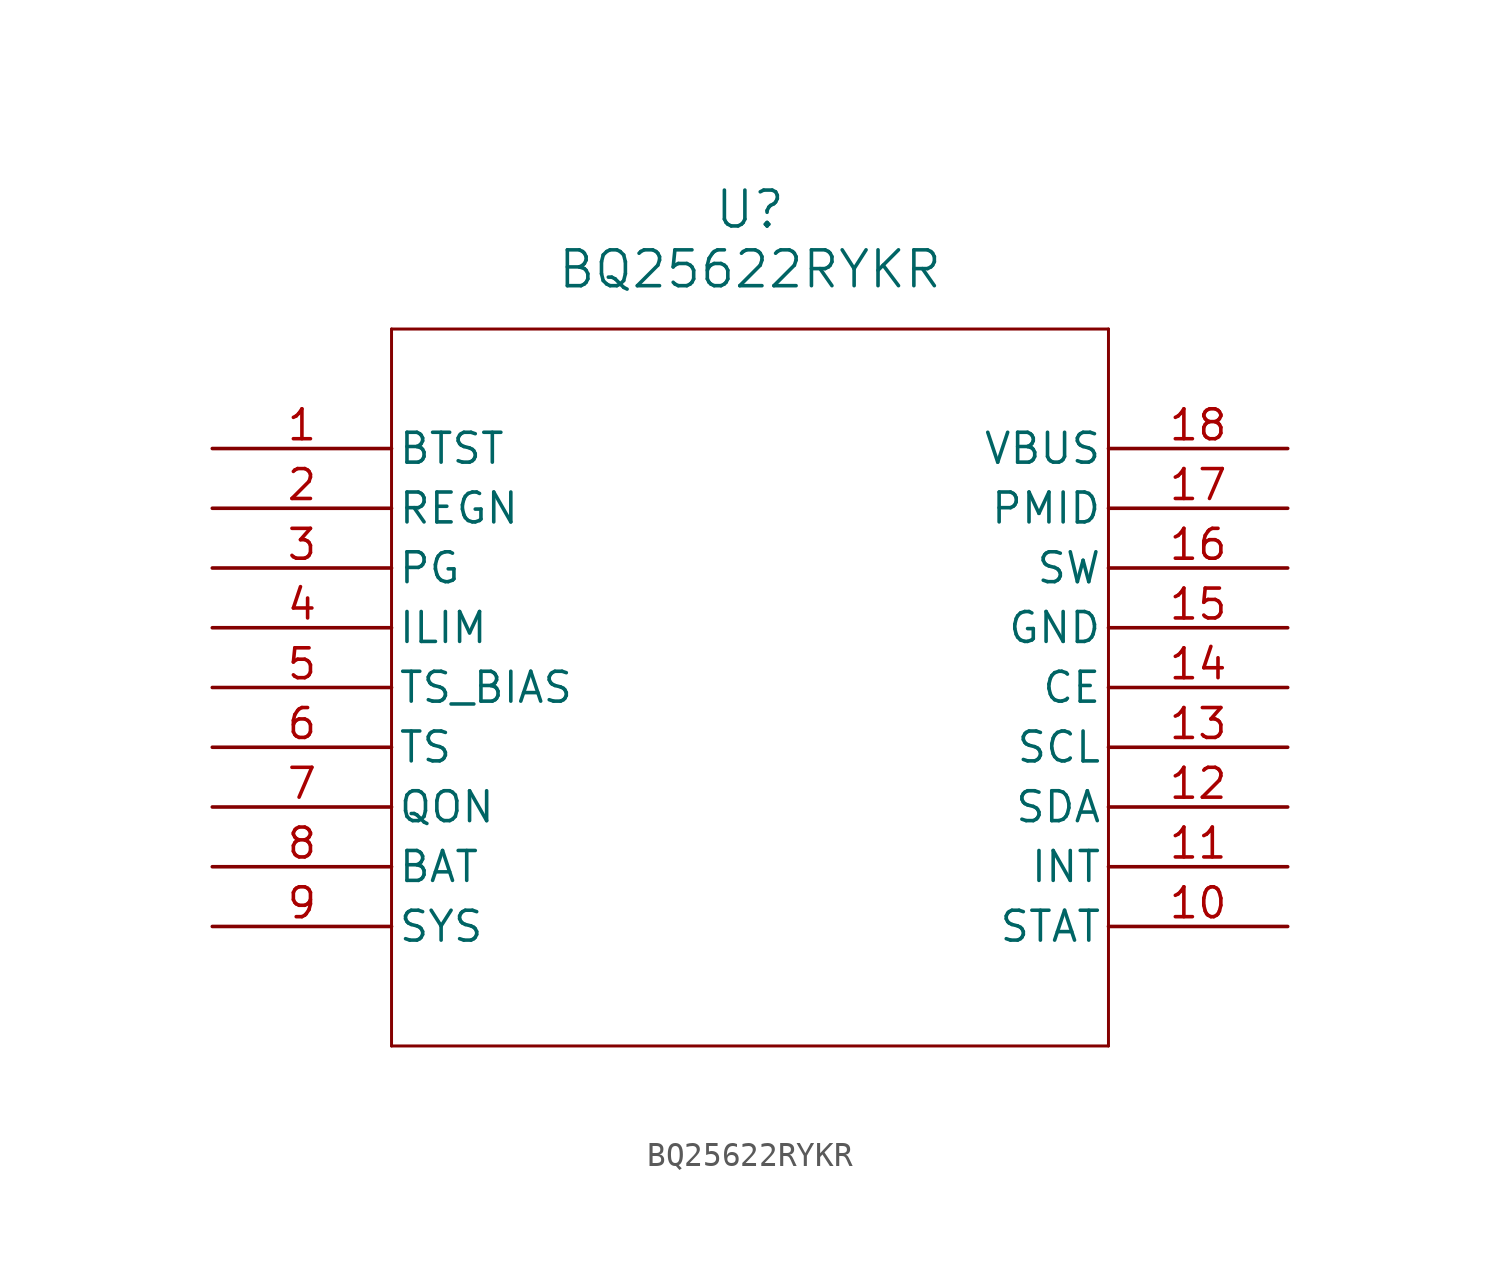
<source format=kicad_sym>
(kicad_symbol_lib
  (version 20241209)
  (generator "kicad_symbol_editor")
  (generator_version "9.0")
  (symbol "BQ25622RYKR"
    (pin_names
      (offset 0.254))
    (property "Reference" "U"
      (at 22.86 10.16 0)
      (effects (font (size 1.524 1.524))))
    (property "Value" "BQ25622RYKR"
      (at 22.86 7.62 0)
      (effects (font (size 1.524 1.524))))
    (property "ki_locked" ""
      (at 0 0 0)
      (effects (font (size 1.27 1.27))))
    (symbol "BQ25622RYKR_0_1"
      (polyline (pts (xy 7.62 5.08) (xy 7.62 -25.4)) (stroke (width 0.127) (type default)) (fill (type none)))
      (polyline (pts (xy 7.62 -25.4) (xy 38.1 -25.4)) (stroke (width 0.127) (type default)) (fill (type none)))
      (polyline (pts (xy 38.1 5.08) (xy 7.62 5.08)) (stroke (width 0.127) (type default)) (fill (type none)))
      (polyline (pts (xy 38.1 -25.4) (xy 38.1 5.08)) (stroke (width 0.127) (type default)) (fill (type none)))
      (pin unspecified line (at 0 0 0) (length 7.62) (name "BTST" (effects (font (size 1.27 1.27)))) (number "1" (effects (font (size 1.27 1.27)))))
      (pin unspecified line (at 0 -2.54 0) (length 7.62) (name "REGN" (effects (font (size 1.27 1.27)))) (number "2" (effects (font (size 1.27 1.27)))))
      (pin unspecified line (at 0 -5.08 0) (length 7.62) (name "PG" (effects (font (size 1.27 1.27)))) (number "3" (effects (font (size 1.27 1.27)))))
      (pin unspecified line (at 0 -7.62 0) (length 7.62) (name "ILIM" (effects (font (size 1.27 1.27)))) (number "4" (effects (font (size 1.27 1.27)))))
      (pin unspecified line (at 0 -10.16 0) (length 7.62) (name "TS_BIAS" (effects (font (size 1.27 1.27)))) (number "5" (effects (font (size 1.27 1.27)))))
      (pin unspecified line (at 0 -12.7 0) (length 7.62) (name "TS" (effects (font (size 1.27 1.27)))) (number "6" (effects (font (size 1.27 1.27)))))
      (pin unspecified line (at 0 -15.24 0) (length 7.62) (name "QON" (effects (font (size 1.27 1.27)))) (number "7" (effects (font (size 1.27 1.27)))))
      (pin unspecified line (at 0 -17.78 0) (length 7.62) (name "BAT" (effects (font (size 1.27 1.27)))) (number "8" (effects (font (size 1.27 1.27)))))
      (pin unspecified line (at 0 -20.32 0) (length 7.62) (name "SYS" (effects (font (size 1.27 1.27)))) (number "9" (effects (font (size 1.27 1.27)))))
      (pin unspecified line (at 45.72 0 180) (length 7.62) (name "VBUS" (effects (font (size 1.27 1.27)))) (number "18" (effects (font (size 1.27 1.27)))))
      (pin unspecified line (at 45.72 -2.54 180) (length 7.62) (name "PMID" (effects (font (size 1.27 1.27)))) (number "17" (effects (font (size 1.27 1.27)))))
      (pin unspecified line (at 45.72 -5.08 180) (length 7.62) (name "SW" (effects (font (size 1.27 1.27)))) (number "16" (effects (font (size 1.27 1.27)))))
      (pin power_out line (at 45.72 -7.62 180) (length 7.62) (name "GND" (effects (font (size 1.27 1.27)))) (number "15" (effects (font (size 1.27 1.27)))))
      (pin unspecified line (at 45.72 -10.16 180) (length 7.62) (name "CE" (effects (font (size 1.27 1.27)))) (number "14" (effects (font (size 1.27 1.27)))))
      (pin unspecified line (at 45.72 -12.7 180) (length 7.62) (name "SCL" (effects (font (size 1.27 1.27)))) (number "13" (effects (font (size 1.27 1.27)))))
      (pin unspecified line (at 45.72 -15.24 180) (length 7.62) (name "SDA" (effects (font (size 1.27 1.27)))) (number "12" (effects (font (size 1.27 1.27)))))
      (pin input line (at 45.72 -17.78 180) (length 7.62) (name "INT" (effects (font (size 1.27 1.27)))) (number "11" (effects (font (size 1.27 1.27)))))
      (pin unspecified line (at 45.72 -20.32 180) (length 7.62) (name "STAT" (effects (font (size 1.27 1.27)))) (number "10" (effects (font (size 1.27 1.27))))))))
</source>
